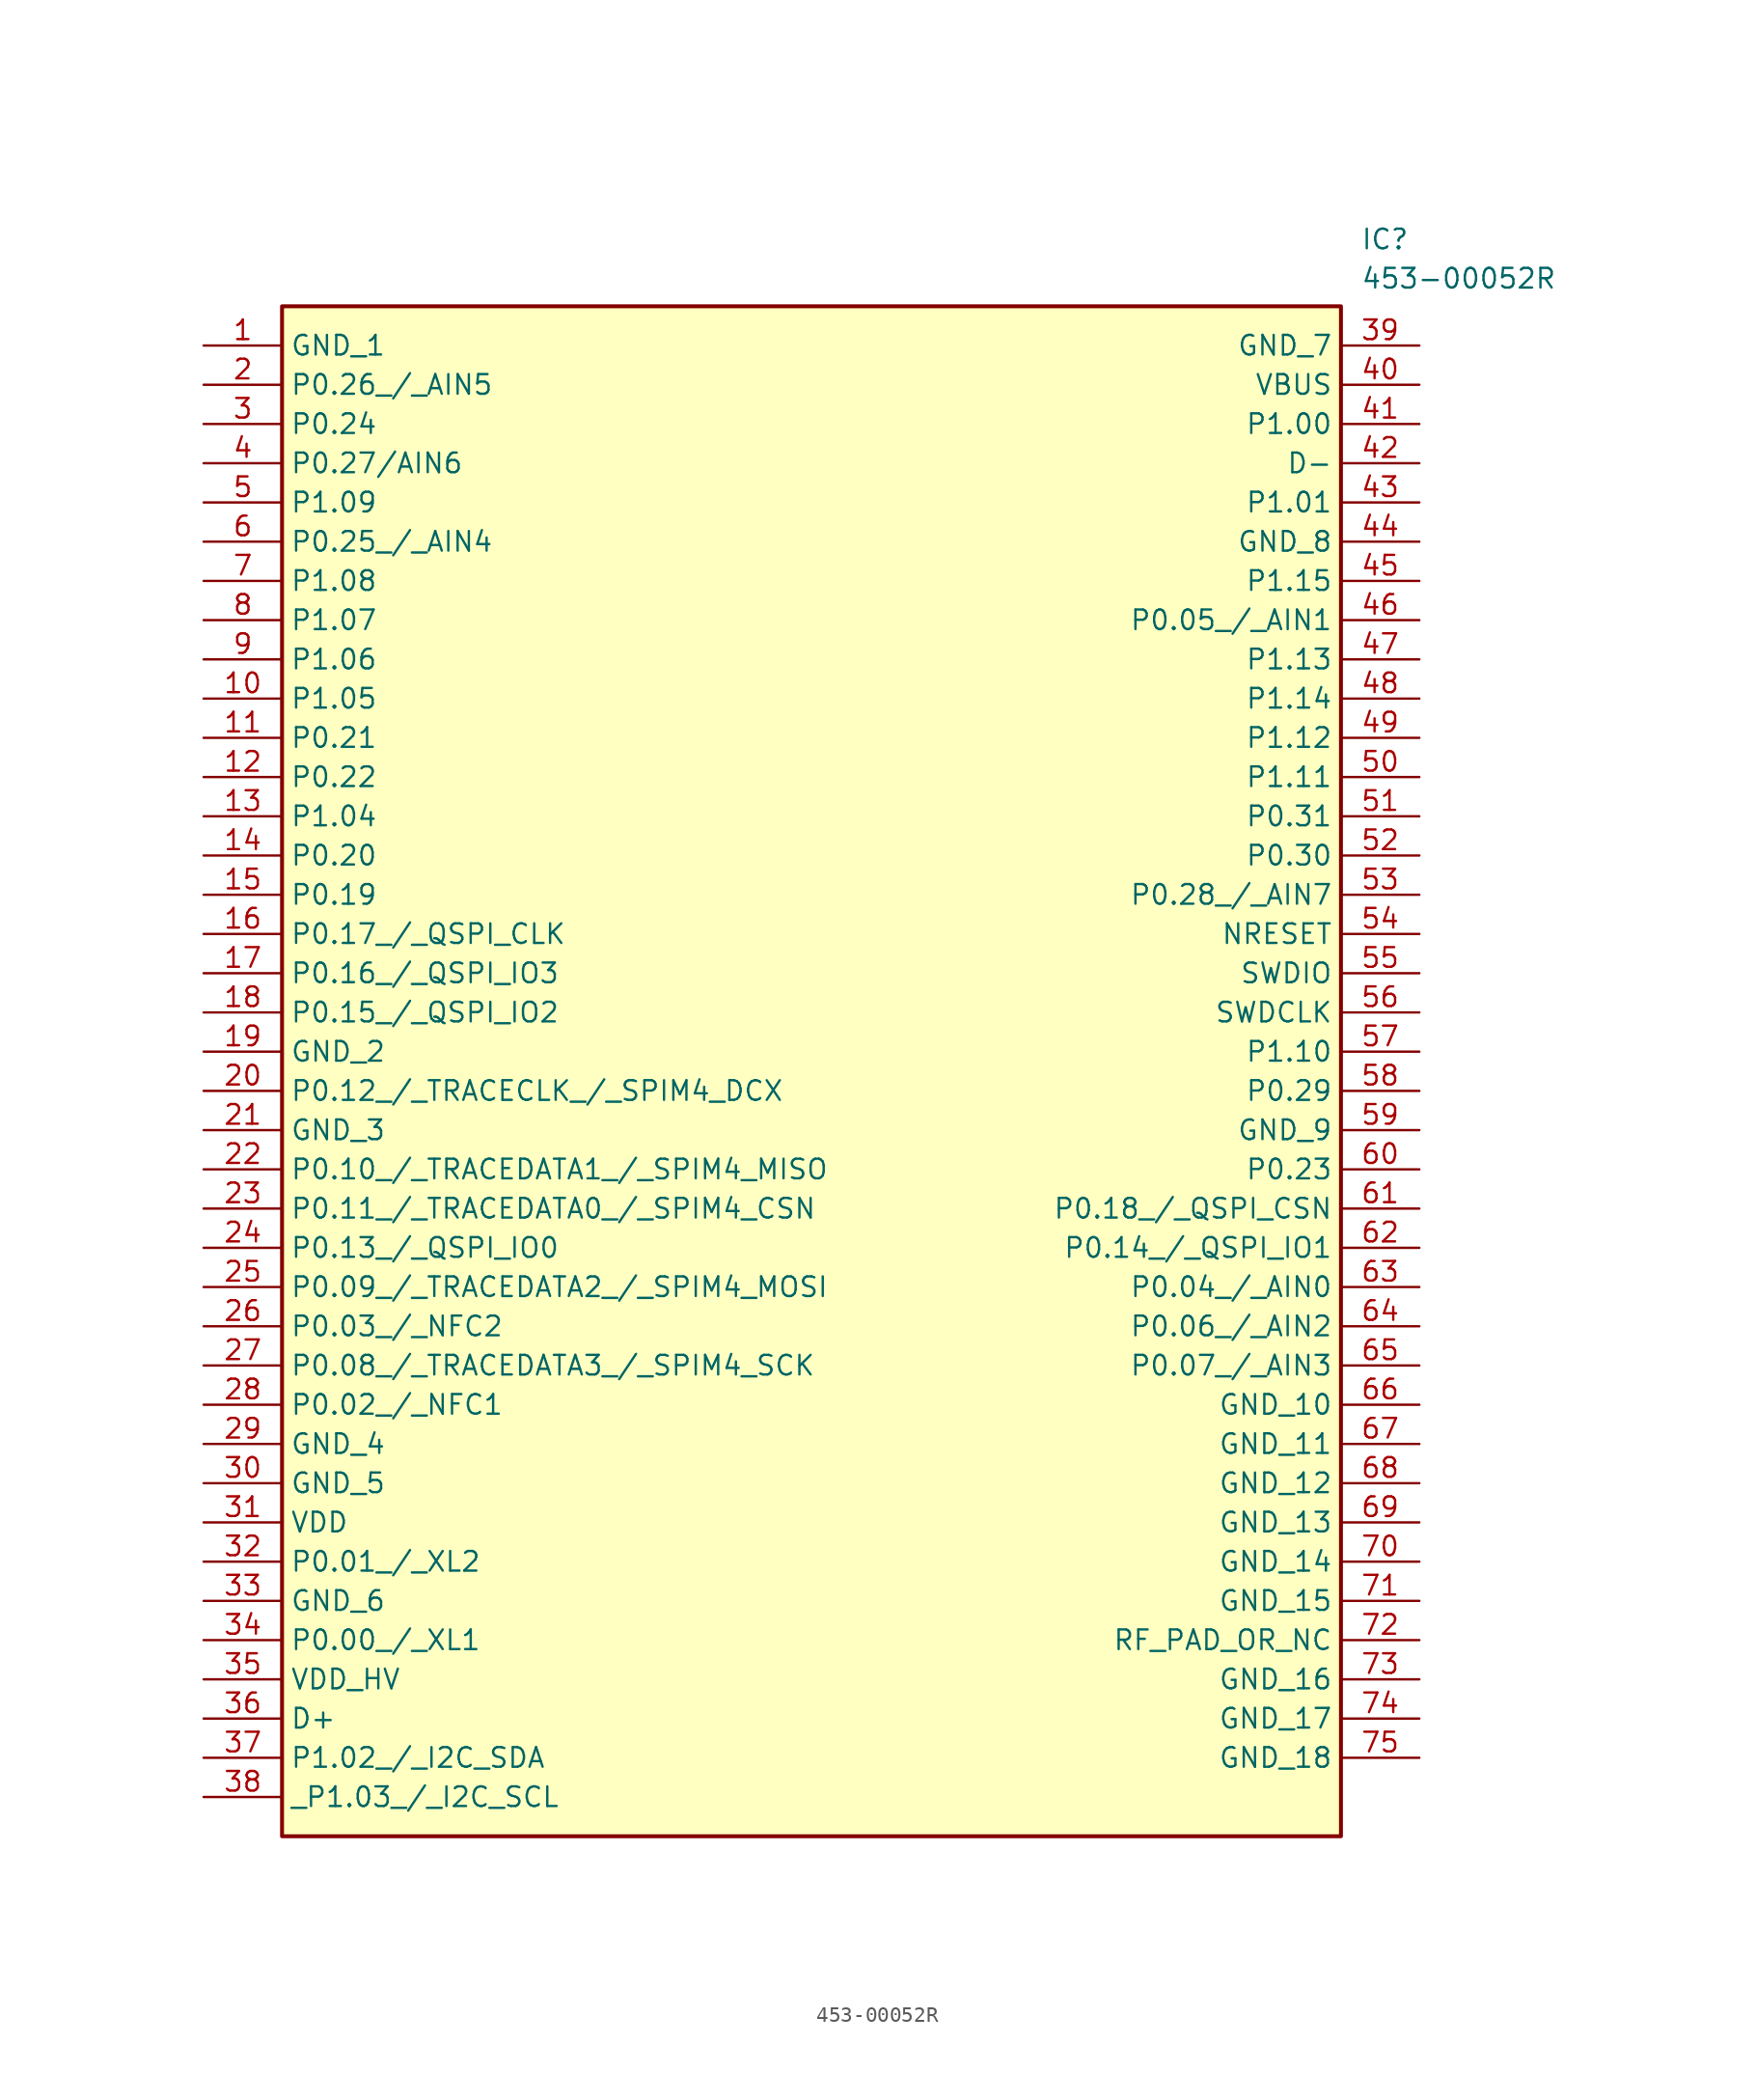
<source format=kicad_sym>
(kicad_symbol_lib
  (version 20220914)
  (generator kicad_symbol_editor)
  (symbol "453-00052R"
    (property "Reference" "IC"
      (at 74.93 7.62 0)
      (effects (font (size 1.27 1.27)) (justify left top)))
    (property "Value" "453-00052R"
      (at 74.93 5.08 0)
      (effects (font (size 1.27 1.27)) (justify left top)))
    (symbol "453-00052R_1_1"
      (rectangle (start 5.08 2.54) (end 73.66 -96.52) (stroke (width 0.254) (type default)) (fill (type background)))
      (pin passive line (at 0 0 0) (length 5.08) (name "GND_1" (effects (font (size 1.27 1.27)))) (number "1" (effects (font (size 1.27 1.27)))))
      (pin passive line (at 0 -22.86 0) (length 5.08) (name "P1.05" (effects (font (size 1.27 1.27)))) (number "10" (effects (font (size 1.27 1.27)))))
      (pin passive line (at 0 -25.4 0) (length 5.08) (name "P0.21" (effects (font (size 1.27 1.27)))) (number "11" (effects (font (size 1.27 1.27)))))
      (pin passive line (at 0 -27.94 0) (length 5.08) (name "P0.22" (effects (font (size 1.27 1.27)))) (number "12" (effects (font (size 1.27 1.27)))))
      (pin passive line (at 0 -30.48 0) (length 5.08) (name "P1.04" (effects (font (size 1.27 1.27)))) (number "13" (effects (font (size 1.27 1.27)))))
      (pin passive line (at 0 -33.02 0) (length 5.08) (name "P0.20" (effects (font (size 1.27 1.27)))) (number "14" (effects (font (size 1.27 1.27)))))
      (pin passive line (at 0 -35.56 0) (length 5.08) (name "P0.19" (effects (font (size 1.27 1.27)))) (number "15" (effects (font (size 1.27 1.27)))))
      (pin passive line (at 0 -38.1 0) (length 5.08) (name "P0.17_/_QSPI_CLK" (effects (font (size 1.27 1.27)))) (number "16" (effects (font (size 1.27 1.27)))))
      (pin passive line (at 0 -40.64 0) (length 5.08) (name "P0.16_/_QSPI_IO3" (effects (font (size 1.27 1.27)))) (number "17" (effects (font (size 1.27 1.27)))))
      (pin passive line (at 0 -43.18 0) (length 5.08) (name "P0.15_/_QSPI_IO2" (effects (font (size 1.27 1.27)))) (number "18" (effects (font (size 1.27 1.27)))))
      (pin passive line (at 0 -45.72 0) (length 5.08) (name "GND_2" (effects (font (size 1.27 1.27)))) (number "19" (effects (font (size 1.27 1.27)))))
      (pin passive line (at 0 -2.54 0) (length 5.08) (name "P0.26_/_AIN5" (effects (font (size 1.27 1.27)))) (number "2" (effects (font (size 1.27 1.27)))))
      (pin passive line (at 0 -48.26 0) (length 5.08) (name "P0.12_/_TRACECLK_/_SPIM4_DCX" (effects (font (size 1.27 1.27)))) (number "20" (effects (font (size 1.27 1.27)))))
      (pin passive line (at 0 -50.8 0) (length 5.08) (name "GND_3" (effects (font (size 1.27 1.27)))) (number "21" (effects (font (size 1.27 1.27)))))
      (pin passive line (at 0 -53.34 0) (length 5.08) (name "P0.10_/_TRACEDATA1_/_SPIM4_MISO" (effects (font (size 1.27 1.27)))) (number "22" (effects (font (size 1.27 1.27)))))
      (pin passive line (at 0 -55.88 0) (length 5.08) (name "P0.11_/_TRACEDATA0_/_SPIM4_CSN" (effects (font (size 1.27 1.27)))) (number "23" (effects (font (size 1.27 1.27)))))
      (pin passive line (at 0 -58.42 0) (length 5.08) (name "P0.13_/_QSPI_IO0" (effects (font (size 1.27 1.27)))) (number "24" (effects (font (size 1.27 1.27)))))
      (pin passive line (at 0 -60.96 0) (length 5.08) (name "P0.09_/_TRACEDATA2_/_SPIM4_MOSI" (effects (font (size 1.27 1.27)))) (number "25" (effects (font (size 1.27 1.27)))))
      (pin passive line (at 0 -63.5 0) (length 5.08) (name "P0.03_/_NFC2" (effects (font (size 1.27 1.27)))) (number "26" (effects (font (size 1.27 1.27)))))
      (pin passive line (at 0 -66.04 0) (length 5.08) (name "P0.08_/_TRACEDATA3_/_SPIM4_SCK" (effects (font (size 1.27 1.27)))) (number "27" (effects (font (size 1.27 1.27)))))
      (pin passive line (at 0 -68.58 0) (length 5.08) (name "P0.02_/_NFC1" (effects (font (size 1.27 1.27)))) (number "28" (effects (font (size 1.27 1.27)))))
      (pin passive line (at 0 -71.12 0) (length 5.08) (name "GND_4" (effects (font (size 1.27 1.27)))) (number "29" (effects (font (size 1.27 1.27)))))
      (pin passive line (at 0 -5.08 0) (length 5.08) (name "P0.24" (effects (font (size 1.27 1.27)))) (number "3" (effects (font (size 1.27 1.27)))))
      (pin passive line (at 0 -73.66 0) (length 5.08) (name "GND_5" (effects (font (size 1.27 1.27)))) (number "30" (effects (font (size 1.27 1.27)))))
      (pin passive line (at 0 -76.2 0) (length 5.08) (name "VDD" (effects (font (size 1.27 1.27)))) (number "31" (effects (font (size 1.27 1.27)))))
      (pin passive line (at 0 -78.74 0) (length 5.08) (name "P0.01_/_XL2" (effects (font (size 1.27 1.27)))) (number "32" (effects (font (size 1.27 1.27)))))
      (pin passive line (at 0 -81.28 0) (length 5.08) (name "GND_6" (effects (font (size 1.27 1.27)))) (number "33" (effects (font (size 1.27 1.27)))))
      (pin passive line (at 0 -83.82 0) (length 5.08) (name "P0.00_/_XL1" (effects (font (size 1.27 1.27)))) (number "34" (effects (font (size 1.27 1.27)))))
      (pin passive line (at 0 -86.36 0) (length 5.08) (name "VDD_HV" (effects (font (size 1.27 1.27)))) (number "35" (effects (font (size 1.27 1.27)))))
      (pin passive line (at 0 -88.9 0) (length 5.08) (name "D+" (effects (font (size 1.27 1.27)))) (number "36" (effects (font (size 1.27 1.27)))))
      (pin passive line (at 0 -91.44 0) (length 5.08) (name "P1.02_/_I2C_SDA" (effects (font (size 1.27 1.27)))) (number "37" (effects (font (size 1.27 1.27)))))
      (pin passive line (at 0 -93.98 0) (length 5.08) (name "_P1.03_/_I2C_SCL" (effects (font (size 1.27 1.27)))) (number "38" (effects (font (size 1.27 1.27)))))
      (pin passive line (at 78.74 0 180) (length 5.08) (name "GND_7" (effects (font (size 1.27 1.27)))) (number "39" (effects (font (size 1.27 1.27)))))
      (pin passive line (at 0 -7.62 0) (length 5.08) (name "P0.27/AIN6" (effects (font (size 1.27 1.27)))) (number "4" (effects (font (size 1.27 1.27)))))
      (pin passive line (at 78.74 -2.54 180) (length 5.08) (name "VBUS" (effects (font (size 1.27 1.27)))) (number "40" (effects (font (size 1.27 1.27)))))
      (pin passive line (at 78.74 -5.08 180) (length 5.08) (name "P1.00" (effects (font (size 1.27 1.27)))) (number "41" (effects (font (size 1.27 1.27)))))
      (pin passive line (at 78.74 -7.62 180) (length 5.08) (name "D-" (effects (font (size 1.27 1.27)))) (number "42" (effects (font (size 1.27 1.27)))))
      (pin passive line (at 78.74 -10.16 180) (length 5.08) (name "P1.01" (effects (font (size 1.27 1.27)))) (number "43" (effects (font (size 1.27 1.27)))))
      (pin passive line (at 78.74 -12.7 180) (length 5.08) (name "GND_8" (effects (font (size 1.27 1.27)))) (number "44" (effects (font (size 1.27 1.27)))))
      (pin passive line (at 78.74 -15.24 180) (length 5.08) (name "P1.15" (effects (font (size 1.27 1.27)))) (number "45" (effects (font (size 1.27 1.27)))))
      (pin passive line (at 78.74 -17.78 180) (length 5.08) (name "P0.05_/_AIN1" (effects (font (size 1.27 1.27)))) (number "46" (effects (font (size 1.27 1.27)))))
      (pin passive line (at 78.74 -20.32 180) (length 5.08) (name "P1.13" (effects (font (size 1.27 1.27)))) (number "47" (effects (font (size 1.27 1.27)))))
      (pin passive line (at 78.74 -22.86 180) (length 5.08) (name "P1.14" (effects (font (size 1.27 1.27)))) (number "48" (effects (font (size 1.27 1.27)))))
      (pin passive line (at 78.74 -25.4 180) (length 5.08) (name "P1.12" (effects (font (size 1.27 1.27)))) (number "49" (effects (font (size 1.27 1.27)))))
      (pin passive line (at 0 -10.16 0) (length 5.08) (name "P1.09" (effects (font (size 1.27 1.27)))) (number "5" (effects (font (size 1.27 1.27)))))
      (pin passive line (at 78.74 -27.94 180) (length 5.08) (name "P1.11" (effects (font (size 1.27 1.27)))) (number "50" (effects (font (size 1.27 1.27)))))
      (pin passive line (at 78.74 -30.48 180) (length 5.08) (name "P0.31" (effects (font (size 1.27 1.27)))) (number "51" (effects (font (size 1.27 1.27)))))
      (pin passive line (at 78.74 -33.02 180) (length 5.08) (name "P0.30" (effects (font (size 1.27 1.27)))) (number "52" (effects (font (size 1.27 1.27)))))
      (pin passive line (at 78.74 -35.56 180) (length 5.08) (name "P0.28_/_AIN7" (effects (font (size 1.27 1.27)))) (number "53" (effects (font (size 1.27 1.27)))))
      (pin passive line (at 78.74 -38.1 180) (length 5.08) (name "NRESET" (effects (font (size 1.27 1.27)))) (number "54" (effects (font (size 1.27 1.27)))))
      (pin passive line (at 78.74 -40.64 180) (length 5.08) (name "SWDIO" (effects (font (size 1.27 1.27)))) (number "55" (effects (font (size 1.27 1.27)))))
      (pin passive line (at 78.74 -43.18 180) (length 5.08) (name "SWDCLK" (effects (font (size 1.27 1.27)))) (number "56" (effects (font (size 1.27 1.27)))))
      (pin passive line (at 78.74 -45.72 180) (length 5.08) (name "P1.10" (effects (font (size 1.27 1.27)))) (number "57" (effects (font (size 1.27 1.27)))))
      (pin passive line (at 78.74 -48.26 180) (length 5.08) (name "P0.29" (effects (font (size 1.27 1.27)))) (number "58" (effects (font (size 1.27 1.27)))))
      (pin passive line (at 78.74 -50.8 180) (length 5.08) (name "GND_9" (effects (font (size 1.27 1.27)))) (number "59" (effects (font (size 1.27 1.27)))))
      (pin passive line (at 0 -12.7 0) (length 5.08) (name "P0.25_/_AIN4" (effects (font (size 1.27 1.27)))) (number "6" (effects (font (size 1.27 1.27)))))
      (pin passive line (at 78.74 -53.34 180) (length 5.08) (name "P0.23" (effects (font (size 1.27 1.27)))) (number "60" (effects (font (size 1.27 1.27)))))
      (pin passive line (at 78.74 -55.88 180) (length 5.08) (name "P0.18_/_QSPI_CSN" (effects (font (size 1.27 1.27)))) (number "61" (effects (font (size 1.27 1.27)))))
      (pin passive line (at 78.74 -58.42 180) (length 5.08) (name "P0.14_/_QSPI_IO1" (effects (font (size 1.27 1.27)))) (number "62" (effects (font (size 1.27 1.27)))))
      (pin passive line (at 78.74 -60.96 180) (length 5.08) (name "P0.04_/_AIN0" (effects (font (size 1.27 1.27)))) (number "63" (effects (font (size 1.27 1.27)))))
      (pin passive line (at 78.74 -63.5 180) (length 5.08) (name "P0.06_/_AIN2" (effects (font (size 1.27 1.27)))) (number "64" (effects (font (size 1.27 1.27)))))
      (pin passive line (at 78.74 -66.04 180) (length 5.08) (name "P0.07_/_AIN3" (effects (font (size 1.27 1.27)))) (number "65" (effects (font (size 1.27 1.27)))))
      (pin passive line (at 78.74 -68.58 180) (length 5.08) (name "GND_10" (effects (font (size 1.27 1.27)))) (number "66" (effects (font (size 1.27 1.27)))))
      (pin passive line (at 78.74 -71.12 180) (length 5.08) (name "GND_11" (effects (font (size 1.27 1.27)))) (number "67" (effects (font (size 1.27 1.27)))))
      (pin passive line (at 78.74 -73.66 180) (length 5.08) (name "GND_12" (effects (font (size 1.27 1.27)))) (number "68" (effects (font (size 1.27 1.27)))))
      (pin passive line (at 78.74 -76.2 180) (length 5.08) (name "GND_13" (effects (font (size 1.27 1.27)))) (number "69" (effects (font (size 1.27 1.27)))))
      (pin passive line (at 0 -15.24 0) (length 5.08) (name "P1.08" (effects (font (size 1.27 1.27)))) (number "7" (effects (font (size 1.27 1.27)))))
      (pin passive line (at 78.74 -78.74 180) (length 5.08) (name "GND_14" (effects (font (size 1.27 1.27)))) (number "70" (effects (font (size 1.27 1.27)))))
      (pin passive line (at 78.74 -81.28 180) (length 5.08) (name "GND_15" (effects (font (size 1.27 1.27)))) (number "71" (effects (font (size 1.27 1.27)))))
      (pin passive line (at 78.74 -83.82 180) (length 5.08) (name "RF_PAD_OR_NC" (effects (font (size 1.27 1.27)))) (number "72" (effects (font (size 1.27 1.27)))))
      (pin passive line (at 78.74 -86.36 180) (length 5.08) (name "GND_16" (effects (font (size 1.27 1.27)))) (number "73" (effects (font (size 1.27 1.27)))))
      (pin passive line (at 78.74 -88.9 180) (length 5.08) (name "GND_17" (effects (font (size 1.27 1.27)))) (number "74" (effects (font (size 1.27 1.27)))))
      (pin passive line (at 78.74 -91.44 180) (length 5.08) (name "GND_18" (effects (font (size 1.27 1.27)))) (number "75" (effects (font (size 1.27 1.27)))))
      (pin passive line (at 0 -17.78 0) (length 5.08) (name "P1.07" (effects (font (size 1.27 1.27)))) (number "8" (effects (font (size 1.27 1.27)))))
      (pin passive line (at 0 -20.32 0) (length 5.08) (name "P1.06" (effects (font (size 1.27 1.27)))) (number "9" (effects (font (size 1.27 1.27))))))))
</source>
